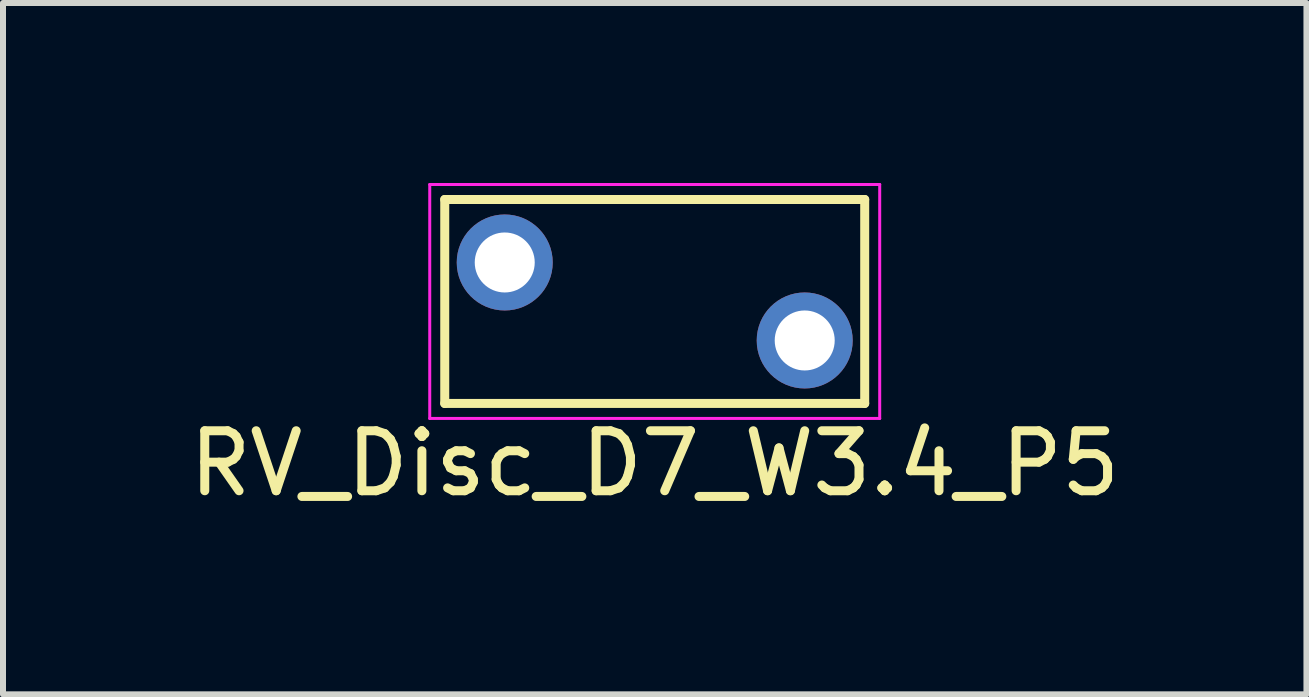
<source format=kicad_pcb>
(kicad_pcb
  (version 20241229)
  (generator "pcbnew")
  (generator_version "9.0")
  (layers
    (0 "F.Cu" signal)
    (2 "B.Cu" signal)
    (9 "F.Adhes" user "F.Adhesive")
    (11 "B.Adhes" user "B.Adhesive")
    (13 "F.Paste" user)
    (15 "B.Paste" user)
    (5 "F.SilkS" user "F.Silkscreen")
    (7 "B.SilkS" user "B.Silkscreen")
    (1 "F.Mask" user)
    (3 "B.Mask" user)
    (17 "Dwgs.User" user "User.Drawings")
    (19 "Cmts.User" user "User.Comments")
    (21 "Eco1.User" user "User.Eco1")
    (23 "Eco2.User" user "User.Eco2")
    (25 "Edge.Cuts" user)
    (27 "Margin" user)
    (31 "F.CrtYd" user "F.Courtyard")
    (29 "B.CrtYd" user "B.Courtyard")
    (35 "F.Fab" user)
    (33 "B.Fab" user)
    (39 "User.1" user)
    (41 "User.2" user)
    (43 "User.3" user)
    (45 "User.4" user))
  (footprint "RV_Disc_D7_W3.4_P5"
    (layer "F.Cu")
    (at 5.363 1.325)
    (property "Reference" "RV_Disc_D7_W3.4_P5" (at 2.5 3.35 0) (layer "F.SilkS") (effects (font (size 1 1) (thickness 0.15))))
    (attr through_hole)
    (fp_line (start -1 -1.05) (end -1 2.35) (stroke (width 0.15) (type solid)) (layer "F.SilkS"))
    (fp_line (start -1 -1.05) (end 6 -1.05) (stroke (width 0.15) (type solid)) (layer "F.SilkS"))
    (fp_line (start -1 2.35) (end 6 2.35) (stroke (width 0.15) (type solid)) (layer "F.SilkS"))
    (fp_line (start 6 -1.05) (end 6 2.35) (stroke (width 0.15) (type solid)) (layer "F.SilkS"))
    (fp_line (start -1.25 -1.3) (end -1.25 2.6) (stroke (width 0.05) (type solid)) (layer "F.CrtYd"))
    (fp_line (start -1.25 -1.3) (end 6.25 -1.3) (stroke (width 0.05) (type solid)) (layer "F.CrtYd"))
    (fp_line (start -1.25 2.6) (end 6.25 2.6) (stroke (width 0.05) (type solid)) (layer "F.CrtYd"))
    (fp_line (start 6.25 -1.3) (end 6.25 2.6) (stroke (width 0.05) (type solid)) (layer "F.CrtYd"))
    (pad "1" thru_hole circle (at 0 0) (size 1.6 1.6) (drill 1) (layers "*.Cu" "*.Mask"))
    (pad "2" thru_hole circle (at 5 1.3) (size 1.6 1.6) (drill 1) (layers "*.Cu" "*.Mask")))
  (gr_rect
    (start -3 -3)
    (end 18.726 8.523)
    (stroke (width 0.1) (type default))
    (fill no)
    (layer "Edge.Cuts")))
</source>
